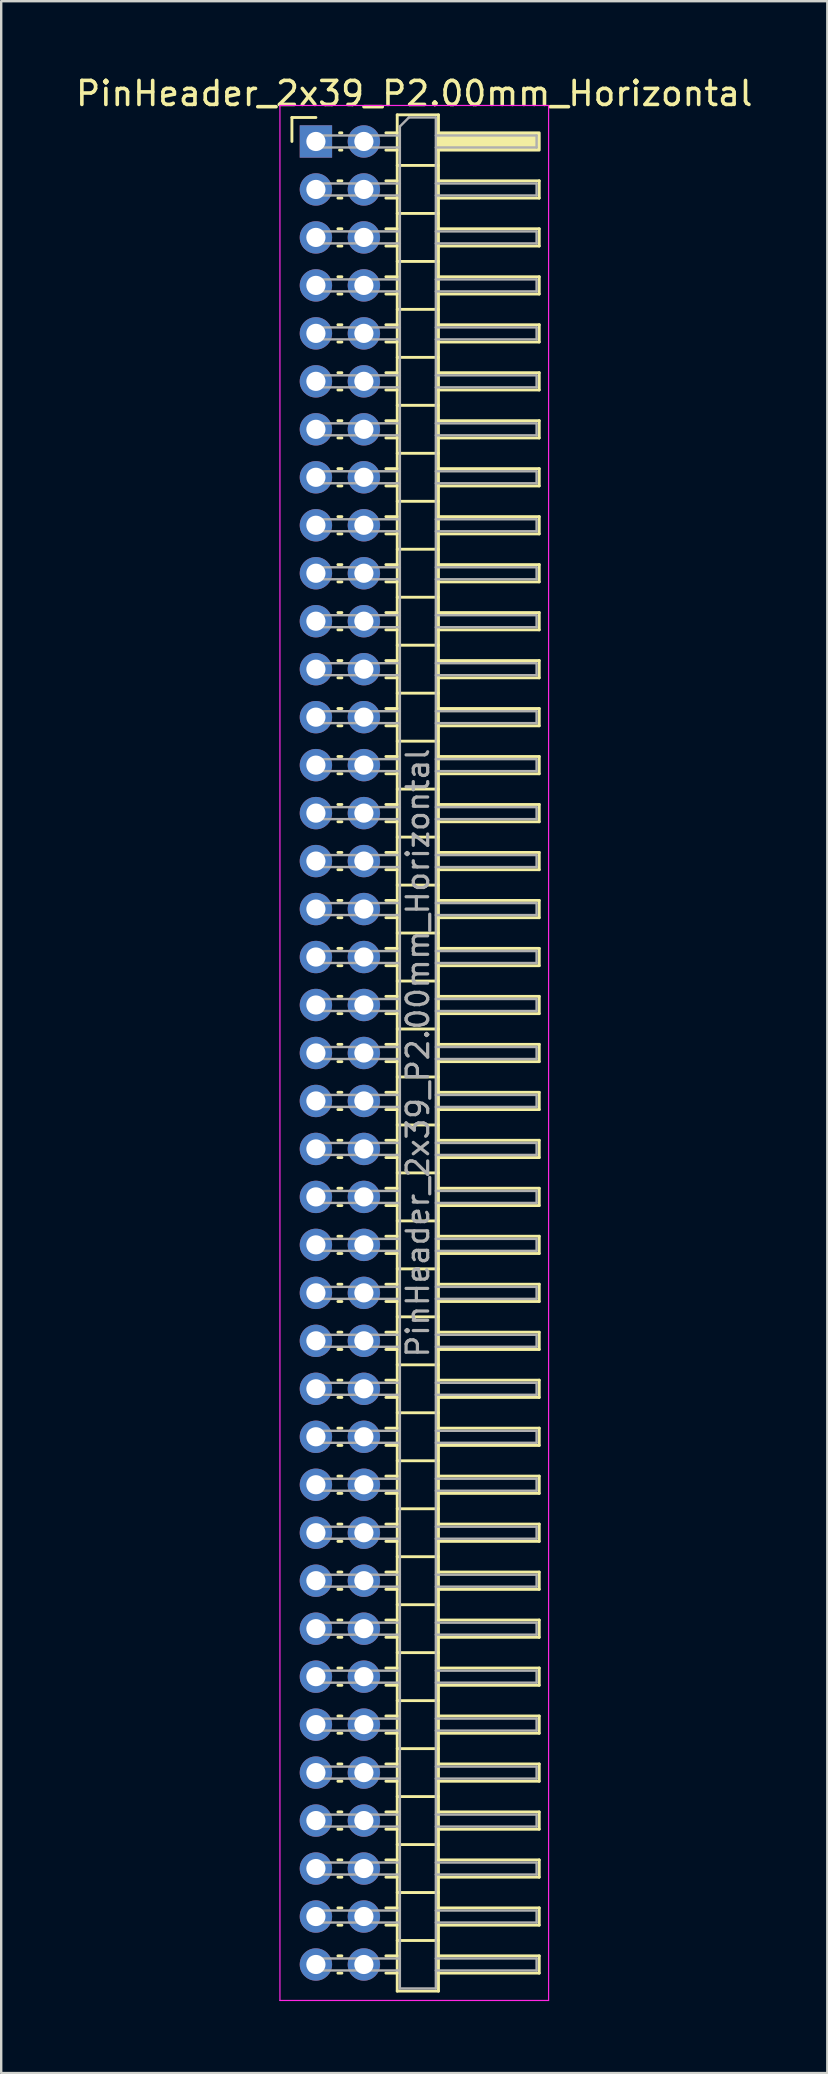
<source format=kicad_pcb>
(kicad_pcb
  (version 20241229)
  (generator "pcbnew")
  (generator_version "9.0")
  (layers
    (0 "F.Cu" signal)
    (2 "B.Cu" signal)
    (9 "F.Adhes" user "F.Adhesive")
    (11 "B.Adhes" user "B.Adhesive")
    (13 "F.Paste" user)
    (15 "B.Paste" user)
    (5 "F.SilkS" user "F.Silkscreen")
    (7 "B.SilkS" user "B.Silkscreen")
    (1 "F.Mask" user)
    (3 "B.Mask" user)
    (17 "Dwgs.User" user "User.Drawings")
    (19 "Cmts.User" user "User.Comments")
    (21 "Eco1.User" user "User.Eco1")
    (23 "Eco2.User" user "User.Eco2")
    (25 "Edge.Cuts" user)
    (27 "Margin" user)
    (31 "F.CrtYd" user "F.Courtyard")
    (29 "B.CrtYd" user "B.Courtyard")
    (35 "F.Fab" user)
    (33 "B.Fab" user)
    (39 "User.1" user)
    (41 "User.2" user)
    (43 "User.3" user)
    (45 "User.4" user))
  (footprint "PinHeader_2x39_P2.00mm_Horizontal"
    (layer "F.Cu")
    (at 10.12 2.848)
    (property "Reference" "PinHeader_2x39_P2.00mm_Horizontal" (at 4.1 -2 0) (layer "F.SilkS") (effects (font (size 1 1) (thickness 0.15))))
    (attr through_hole)
    (fp_line (start -1 -1) (end 0 -1) (stroke (width 0.12) (type solid)) (layer "F.SilkS"))
    (fp_line (start -1 0) (end -1 -1) (stroke (width 0.12) (type solid)) (layer "F.SilkS"))
    (fp_line (start 0.917 1.64) (end 1.083 1.64) (stroke (width 0.12) (type solid)) (layer "F.SilkS"))
    (fp_line (start 0.917 2.36) (end 1.083 2.36) (stroke (width 0.12) (type solid)) (layer "F.SilkS"))
    (fp_line (start 0.917 3.64) (end 1.083 3.64) (stroke (width 0.12) (type solid)) (layer "F.SilkS"))
    (fp_line (start 0.917 4.36) (end 1.083 4.36) (stroke (width 0.12) (type solid)) (layer "F.SilkS"))
    (fp_line (start 0.917 5.64) (end 1.083 5.64) (stroke (width 0.12) (type solid)) (layer "F.SilkS"))
    (fp_line (start 0.917 6.36) (end 1.083 6.36) (stroke (width 0.12) (type solid)) (layer "F.SilkS"))
    (fp_line (start 0.917 7.64) (end 1.083 7.64) (stroke (width 0.12) (type solid)) (layer "F.SilkS"))
    (fp_line (start 0.917 8.36) (end 1.083 8.36) (stroke (width 0.12) (type solid)) (layer "F.SilkS"))
    (fp_line (start 0.917 9.64) (end 1.083 9.64) (stroke (width 0.12) (type solid)) (layer "F.SilkS"))
    (fp_line (start 0.917 10.36) (end 1.083 10.36) (stroke (width 0.12) (type solid)) (layer "F.SilkS"))
    (fp_line (start 0.917 11.64) (end 1.083 11.64) (stroke (width 0.12) (type solid)) (layer "F.SilkS"))
    (fp_line (start 0.917 12.36) (end 1.083 12.36) (stroke (width 0.12) (type solid)) (layer "F.SilkS"))
    (fp_line (start 0.917 13.64) (end 1.083 13.64) (stroke (width 0.12) (type solid)) (layer "F.SilkS"))
    (fp_line (start 0.917 14.36) (end 1.083 14.36) (stroke (width 0.12) (type solid)) (layer "F.SilkS"))
    (fp_line (start 0.917 15.64) (end 1.083 15.64) (stroke (width 0.12) (type solid)) (layer "F.SilkS"))
    (fp_line (start 0.917 16.36) (end 1.083 16.36) (stroke (width 0.12) (type solid)) (layer "F.SilkS"))
    (fp_line (start 0.917 17.64) (end 1.083 17.64) (stroke (width 0.12) (type solid)) (layer "F.SilkS"))
    (fp_line (start 0.917 18.36) (end 1.083 18.36) (stroke (width 0.12) (type solid)) (layer "F.SilkS"))
    (fp_line (start 0.917 19.64) (end 1.083 19.64) (stroke (width 0.12) (type solid)) (layer "F.SilkS"))
    (fp_line (start 0.917 20.36) (end 1.083 20.36) (stroke (width 0.12) (type solid)) (layer "F.SilkS"))
    (fp_line (start 0.917 21.64) (end 1.083 21.64) (stroke (width 0.12) (type solid)) (layer "F.SilkS"))
    (fp_line (start 0.917 22.36) (end 1.083 22.36) (stroke (width 0.12) (type solid)) (layer "F.SilkS"))
    (fp_line (start 0.917 23.64) (end 1.083 23.64) (stroke (width 0.12) (type solid)) (layer "F.SilkS"))
    (fp_line (start 0.917 24.36) (end 1.083 24.36) (stroke (width 0.12) (type solid)) (layer "F.SilkS"))
    (fp_line (start 0.917 25.64) (end 1.083 25.64) (stroke (width 0.12) (type solid)) (layer "F.SilkS"))
    (fp_line (start 0.917 26.36) (end 1.083 26.36) (stroke (width 0.12) (type solid)) (layer "F.SilkS"))
    (fp_line (start 0.917 27.64) (end 1.083 27.64) (stroke (width 0.12) (type solid)) (layer "F.SilkS"))
    (fp_line (start 0.917 28.36) (end 1.083 28.36) (stroke (width 0.12) (type solid)) (layer "F.SilkS"))
    (fp_line (start 0.917 29.64) (end 1.083 29.64) (stroke (width 0.12) (type solid)) (layer "F.SilkS"))
    (fp_line (start 0.917 30.36) (end 1.083 30.36) (stroke (width 0.12) (type solid)) (layer "F.SilkS"))
    (fp_line (start 0.917 31.64) (end 1.083 31.64) (stroke (width 0.12) (type solid)) (layer "F.SilkS"))
    (fp_line (start 0.917 32.36) (end 1.083 32.36) (stroke (width 0.12) (type solid)) (layer "F.SilkS"))
    (fp_line (start 0.917 33.64) (end 1.083 33.64) (stroke (width 0.12) (type solid)) (layer "F.SilkS"))
    (fp_line (start 0.917 34.36) (end 1.083 34.36) (stroke (width 0.12) (type solid)) (layer "F.SilkS"))
    (fp_line (start 0.917 35.64) (end 1.083 35.64) (stroke (width 0.12) (type solid)) (layer "F.SilkS"))
    (fp_line (start 0.917 36.36) (end 1.083 36.36) (stroke (width 0.12) (type solid)) (layer "F.SilkS"))
    (fp_line (start 0.917 37.64) (end 1.083 37.64) (stroke (width 0.12) (type solid)) (layer "F.SilkS"))
    (fp_line (start 0.917 38.36) (end 1.083 38.36) (stroke (width 0.12) (type solid)) (layer "F.SilkS"))
    (fp_line (start 0.917 39.64) (end 1.083 39.64) (stroke (width 0.12) (type solid)) (layer "F.SilkS"))
    (fp_line (start 0.917 40.36) (end 1.083 40.36) (stroke (width 0.12) (type solid)) (layer "F.SilkS"))
    (fp_line (start 0.917 41.64) (end 1.083 41.64) (stroke (width 0.12) (type solid)) (layer "F.SilkS"))
    (fp_line (start 0.917 42.36) (end 1.083 42.36) (stroke (width 0.12) (type solid)) (layer "F.SilkS"))
    (fp_line (start 0.917 43.64) (end 1.083 43.64) (stroke (width 0.12) (type solid)) (layer "F.SilkS"))
    (fp_line (start 0.917 44.36) (end 1.083 44.36) (stroke (width 0.12) (type solid)) (layer "F.SilkS"))
    (fp_line (start 0.917 45.64) (end 1.083 45.64) (stroke (width 0.12) (type solid)) (layer "F.SilkS"))
    (fp_line (start 0.917 46.36) (end 1.083 46.36) (stroke (width 0.12) (type solid)) (layer "F.SilkS"))
    (fp_line (start 0.917 47.64) (end 1.083 47.64) (stroke (width 0.12) (type solid)) (layer "F.SilkS"))
    (fp_line (start 0.917 48.36) (end 1.083 48.36) (stroke (width 0.12) (type solid)) (layer "F.SilkS"))
    (fp_line (start 0.917 49.64) (end 1.083 49.64) (stroke (width 0.12) (type solid)) (layer "F.SilkS"))
    (fp_line (start 0.917 50.36) (end 1.083 50.36) (stroke (width 0.12) (type solid)) (layer "F.SilkS"))
    (fp_line (start 0.917 51.64) (end 1.083 51.64) (stroke (width 0.12) (type solid)) (layer "F.SilkS"))
    (fp_line (start 0.917 52.36) (end 1.083 52.36) (stroke (width 0.12) (type solid)) (layer "F.SilkS"))
    (fp_line (start 0.917 53.64) (end 1.083 53.64) (stroke (width 0.12) (type solid)) (layer "F.SilkS"))
    (fp_line (start 0.917 54.36) (end 1.083 54.36) (stroke (width 0.12) (type solid)) (layer "F.SilkS"))
    (fp_line (start 0.917 55.64) (end 1.083 55.64) (stroke (width 0.12) (type solid)) (layer "F.SilkS"))
    (fp_line (start 0.917 56.36) (end 1.083 56.36) (stroke (width 0.12) (type solid)) (layer "F.SilkS"))
    (fp_line (start 0.917 57.64) (end 1.083 57.64) (stroke (width 0.12) (type solid)) (layer "F.SilkS"))
    (fp_line (start 0.917 58.36) (end 1.083 58.36) (stroke (width 0.12) (type solid)) (layer "F.SilkS"))
    (fp_line (start 0.917 59.64) (end 1.083 59.64) (stroke (width 0.12) (type solid)) (layer "F.SilkS"))
    (fp_line (start 0.917 60.36) (end 1.083 60.36) (stroke (width 0.12) (type solid)) (layer "F.SilkS"))
    (fp_line (start 0.917 61.64) (end 1.083 61.64) (stroke (width 0.12) (type solid)) (layer "F.SilkS"))
    (fp_line (start 0.917 62.36) (end 1.083 62.36) (stroke (width 0.12) (type solid)) (layer "F.SilkS"))
    (fp_line (start 0.917 63.64) (end 1.083 63.64) (stroke (width 0.12) (type solid)) (layer "F.SilkS"))
    (fp_line (start 0.917 64.36) (end 1.083 64.36) (stroke (width 0.12) (type solid)) (layer "F.SilkS"))
    (fp_line (start 0.917 65.64) (end 1.083 65.64) (stroke (width 0.12) (type solid)) (layer "F.SilkS"))
    (fp_line (start 0.917 66.36) (end 1.083 66.36) (stroke (width 0.12) (type solid)) (layer "F.SilkS"))
    (fp_line (start 0.917 67.64) (end 1.083 67.64) (stroke (width 0.12) (type solid)) (layer "F.SilkS"))
    (fp_line (start 0.917 68.36) (end 1.083 68.36) (stroke (width 0.12) (type solid)) (layer "F.SilkS"))
    (fp_line (start 0.917 69.64) (end 1.083 69.64) (stroke (width 0.12) (type solid)) (layer "F.SilkS"))
    (fp_line (start 0.917 70.36) (end 1.083 70.36) (stroke (width 0.12) (type solid)) (layer "F.SilkS"))
    (fp_line (start 0.917 71.64) (end 1.083 71.64) (stroke (width 0.12) (type solid)) (layer "F.SilkS"))
    (fp_line (start 0.917 72.36) (end 1.083 72.36) (stroke (width 0.12) (type solid)) (layer "F.SilkS"))
    (fp_line (start 0.917 73.64) (end 1.083 73.64) (stroke (width 0.12) (type solid)) (layer "F.SilkS"))
    (fp_line (start 0.917 74.36) (end 1.083 74.36) (stroke (width 0.12) (type solid)) (layer "F.SilkS"))
    (fp_line (start 0.917 75.64) (end 1.083 75.64) (stroke (width 0.12) (type solid)) (layer "F.SilkS"))
    (fp_line (start 0.917 76.36) (end 1.083 76.36) (stroke (width 0.12) (type solid)) (layer "F.SilkS"))
    (fp_line (start 0.985 -0.36) (end 1.083 -0.36) (stroke (width 0.12) (type solid)) (layer "F.SilkS"))
    (fp_line (start 0.985 0.36) (end 1.083 0.36) (stroke (width 0.12) (type solid)) (layer "F.SilkS"))
    (fp_line (start 2.917 -0.36) (end 3.39 -0.36) (stroke (width 0.12) (type solid)) (layer "F.SilkS"))
    (fp_line (start 2.917 0.36) (end 3.39 0.36) (stroke (width 0.12) (type solid)) (layer "F.SilkS"))
    (fp_line (start 2.917 1.64) (end 3.39 1.64) (stroke (width 0.12) (type solid)) (layer "F.SilkS"))
    (fp_line (start 2.917 2.36) (end 3.39 2.36) (stroke (width 0.12) (type solid)) (layer "F.SilkS"))
    (fp_line (start 2.917 3.64) (end 3.39 3.64) (stroke (width 0.12) (type solid)) (layer "F.SilkS"))
    (fp_line (start 2.917 4.36) (end 3.39 4.36) (stroke (width 0.12) (type solid)) (layer "F.SilkS"))
    (fp_line (start 2.917 5.64) (end 3.39 5.64) (stroke (width 0.12) (type solid)) (layer "F.SilkS"))
    (fp_line (start 2.917 6.36) (end 3.39 6.36) (stroke (width 0.12) (type solid)) (layer "F.SilkS"))
    (fp_line (start 2.917 7.64) (end 3.39 7.64) (stroke (width 0.12) (type solid)) (layer "F.SilkS"))
    (fp_line (start 2.917 8.36) (end 3.39 8.36) (stroke (width 0.12) (type solid)) (layer "F.SilkS"))
    (fp_line (start 2.917 9.64) (end 3.39 9.64) (stroke (width 0.12) (type solid)) (layer "F.SilkS"))
    (fp_line (start 2.917 10.36) (end 3.39 10.36) (stroke (width 0.12) (type solid)) (layer "F.SilkS"))
    (fp_line (start 2.917 11.64) (end 3.39 11.64) (stroke (width 0.12) (type solid)) (layer "F.SilkS"))
    (fp_line (start 2.917 12.36) (end 3.39 12.36) (stroke (width 0.12) (type solid)) (layer "F.SilkS"))
    (fp_line (start 2.917 13.64) (end 3.39 13.64) (stroke (width 0.12) (type solid)) (layer "F.SilkS"))
    (fp_line (start 2.917 14.36) (end 3.39 14.36) (stroke (width 0.12) (type solid)) (layer "F.SilkS"))
    (fp_line (start 2.917 15.64) (end 3.39 15.64) (stroke (width 0.12) (type solid)) (layer "F.SilkS"))
    (fp_line (start 2.917 16.36) (end 3.39 16.36) (stroke (width 0.12) (type solid)) (layer "F.SilkS"))
    (fp_line (start 2.917 17.64) (end 3.39 17.64) (stroke (width 0.12) (type solid)) (layer "F.SilkS"))
    (fp_line (start 2.917 18.36) (end 3.39 18.36) (stroke (width 0.12) (type solid)) (layer "F.SilkS"))
    (fp_line (start 2.917 19.64) (end 3.39 19.64) (stroke (width 0.12) (type solid)) (layer "F.SilkS"))
    (fp_line (start 2.917 20.36) (end 3.39 20.36) (stroke (width 0.12) (type solid)) (layer "F.SilkS"))
    (fp_line (start 2.917 21.64) (end 3.39 21.64) (stroke (width 0.12) (type solid)) (layer "F.SilkS"))
    (fp_line (start 2.917 22.36) (end 3.39 22.36) (stroke (width 0.12) (type solid)) (layer "F.SilkS"))
    (fp_line (start 2.917 23.64) (end 3.39 23.64) (stroke (width 0.12) (type solid)) (layer "F.SilkS"))
    (fp_line (start 2.917 24.36) (end 3.39 24.36) (stroke (width 0.12) (type solid)) (layer "F.SilkS"))
    (fp_line (start 2.917 25.64) (end 3.39 25.64) (stroke (width 0.12) (type solid)) (layer "F.SilkS"))
    (fp_line (start 2.917 26.36) (end 3.39 26.36) (stroke (width 0.12) (type solid)) (layer "F.SilkS"))
    (fp_line (start 2.917 27.64) (end 3.39 27.64) (stroke (width 0.12) (type solid)) (layer "F.SilkS"))
    (fp_line (start 2.917 28.36) (end 3.39 28.36) (stroke (width 0.12) (type solid)) (layer "F.SilkS"))
    (fp_line (start 2.917 29.64) (end 3.39 29.64) (stroke (width 0.12) (type solid)) (layer "F.SilkS"))
    (fp_line (start 2.917 30.36) (end 3.39 30.36) (stroke (width 0.12) (type solid)) (layer "F.SilkS"))
    (fp_line (start 2.917 31.64) (end 3.39 31.64) (stroke (width 0.12) (type solid)) (layer "F.SilkS"))
    (fp_line (start 2.917 32.36) (end 3.39 32.36) (stroke (width 0.12) (type solid)) (layer "F.SilkS"))
    (fp_line (start 2.917 33.64) (end 3.39 33.64) (stroke (width 0.12) (type solid)) (layer "F.SilkS"))
    (fp_line (start 2.917 34.36) (end 3.39 34.36) (stroke (width 0.12) (type solid)) (layer "F.SilkS"))
    (fp_line (start 2.917 35.64) (end 3.39 35.64) (stroke (width 0.12) (type solid)) (layer "F.SilkS"))
    (fp_line (start 2.917 36.36) (end 3.39 36.36) (stroke (width 0.12) (type solid)) (layer "F.SilkS"))
    (fp_line (start 2.917 37.64) (end 3.39 37.64) (stroke (width 0.12) (type solid)) (layer "F.SilkS"))
    (fp_line (start 2.917 38.36) (end 3.39 38.36) (stroke (width 0.12) (type solid)) (layer "F.SilkS"))
    (fp_line (start 2.917 39.64) (end 3.39 39.64) (stroke (width 0.12) (type solid)) (layer "F.SilkS"))
    (fp_line (start 2.917 40.36) (end 3.39 40.36) (stroke (width 0.12) (type solid)) (layer "F.SilkS"))
    (fp_line (start 2.917 41.64) (end 3.39 41.64) (stroke (width 0.12) (type solid)) (layer "F.SilkS"))
    (fp_line (start 2.917 42.36) (end 3.39 42.36) (stroke (width 0.12) (type solid)) (layer "F.SilkS"))
    (fp_line (start 2.917 43.64) (end 3.39 43.64) (stroke (width 0.12) (type solid)) (layer "F.SilkS"))
    (fp_line (start 2.917 44.36) (end 3.39 44.36) (stroke (width 0.12) (type solid)) (layer "F.SilkS"))
    (fp_line (start 2.917 45.64) (end 3.39 45.64) (stroke (width 0.12) (type solid)) (layer "F.SilkS"))
    (fp_line (start 2.917 46.36) (end 3.39 46.36) (stroke (width 0.12) (type solid)) (layer "F.SilkS"))
    (fp_line (start 2.917 47.64) (end 3.39 47.64) (stroke (width 0.12) (type solid)) (layer "F.SilkS"))
    (fp_line (start 2.917 48.36) (end 3.39 48.36) (stroke (width 0.12) (type solid)) (layer "F.SilkS"))
    (fp_line (start 2.917 49.64) (end 3.39 49.64) (stroke (width 0.12) (type solid)) (layer "F.SilkS"))
    (fp_line (start 2.917 50.36) (end 3.39 50.36) (stroke (width 0.12) (type solid)) (layer "F.SilkS"))
    (fp_line (start 2.917 51.64) (end 3.39 51.64) (stroke (width 0.12) (type solid)) (layer "F.SilkS"))
    (fp_line (start 2.917 52.36) (end 3.39 52.36) (stroke (width 0.12) (type solid)) (layer "F.SilkS"))
    (fp_line (start 2.917 53.64) (end 3.39 53.64) (stroke (width 0.12) (type solid)) (layer "F.SilkS"))
    (fp_line (start 2.917 54.36) (end 3.39 54.36) (stroke (width 0.12) (type solid)) (layer "F.SilkS"))
    (fp_line (start 2.917 55.64) (end 3.39 55.64) (stroke (width 0.12) (type solid)) (layer "F.SilkS"))
    (fp_line (start 2.917 56.36) (end 3.39 56.36) (stroke (width 0.12) (type solid)) (layer "F.SilkS"))
    (fp_line (start 2.917 57.64) (end 3.39 57.64) (stroke (width 0.12) (type solid)) (layer "F.SilkS"))
    (fp_line (start 2.917 58.36) (end 3.39 58.36) (stroke (width 0.12) (type solid)) (layer "F.SilkS"))
    (fp_line (start 2.917 59.64) (end 3.39 59.64) (stroke (width 0.12) (type solid)) (layer "F.SilkS"))
    (fp_line (start 2.917 60.36) (end 3.39 60.36) (stroke (width 0.12) (type solid)) (layer "F.SilkS"))
    (fp_line (start 2.917 61.64) (end 3.39 61.64) (stroke (width 0.12) (type solid)) (layer "F.SilkS"))
    (fp_line (start 2.917 62.36) (end 3.39 62.36) (stroke (width 0.12) (type solid)) (layer "F.SilkS"))
    (fp_line (start 2.917 63.64) (end 3.39 63.64) (stroke (width 0.12) (type solid)) (layer "F.SilkS"))
    (fp_line (start 2.917 64.36) (end 3.39 64.36) (stroke (width 0.12) (type solid)) (layer "F.SilkS"))
    (fp_line (start 2.917 65.64) (end 3.39 65.64) (stroke (width 0.12) (type solid)) (layer "F.SilkS"))
    (fp_line (start 2.917 66.36) (end 3.39 66.36) (stroke (width 0.12) (type solid)) (layer "F.SilkS"))
    (fp_line (start 2.917 67.64) (end 3.39 67.64) (stroke (width 0.12) (type solid)) (layer "F.SilkS"))
    (fp_line (start 2.917 68.36) (end 3.39 68.36) (stroke (width 0.12) (type solid)) (layer "F.SilkS"))
    (fp_line (start 2.917 69.64) (end 3.39 69.64) (stroke (width 0.12) (type solid)) (layer "F.SilkS"))
    (fp_line (start 2.917 70.36) (end 3.39 70.36) (stroke (width 0.12) (type solid)) (layer "F.SilkS"))
    (fp_line (start 2.917 71.64) (end 3.39 71.64) (stroke (width 0.12) (type solid)) (layer "F.SilkS"))
    (fp_line (start 2.917 72.36) (end 3.39 72.36) (stroke (width 0.12) (type solid)) (layer "F.SilkS"))
    (fp_line (start 2.917 73.64) (end 3.39 73.64) (stroke (width 0.12) (type solid)) (layer "F.SilkS"))
    (fp_line (start 2.917 74.36) (end 3.39 74.36) (stroke (width 0.12) (type solid)) (layer "F.SilkS"))
    (fp_line (start 2.917 75.64) (end 3.39 75.64) (stroke (width 0.12) (type solid)) (layer "F.SilkS"))
    (fp_line (start 2.917 76.36) (end 3.39 76.36) (stroke (width 0.12) (type solid)) (layer "F.SilkS"))
    (fp_line (start 3.39 -1.11) (end 3.39 77.11) (stroke (width 0.12) (type solid)) (layer "F.SilkS"))
    (fp_line (start 3.39 1) (end 5.11 1) (stroke (width 0.12) (type solid)) (layer "F.SilkS"))
    (fp_line (start 3.39 3) (end 5.11 3) (stroke (width 0.12) (type solid)) (layer "F.SilkS"))
    (fp_line (start 3.39 5) (end 5.11 5) (stroke (width 0.12) (type solid)) (layer "F.SilkS"))
    (fp_line (start 3.39 7) (end 5.11 7) (stroke (width 0.12) (type solid)) (layer "F.SilkS"))
    (fp_line (start 3.39 9) (end 5.11 9) (stroke (width 0.12) (type solid)) (layer "F.SilkS"))
    (fp_line (start 3.39 11) (end 5.11 11) (stroke (width 0.12) (type solid)) (layer "F.SilkS"))
    (fp_line (start 3.39 13) (end 5.11 13) (stroke (width 0.12) (type solid)) (layer "F.SilkS"))
    (fp_line (start 3.39 15) (end 5.11 15) (stroke (width 0.12) (type solid)) (layer "F.SilkS"))
    (fp_line (start 3.39 17) (end 5.11 17) (stroke (width 0.12) (type solid)) (layer "F.SilkS"))
    (fp_line (start 3.39 19) (end 5.11 19) (stroke (width 0.12) (type solid)) (layer "F.SilkS"))
    (fp_line (start 3.39 21) (end 5.11 21) (stroke (width 0.12) (type solid)) (layer "F.SilkS"))
    (fp_line (start 3.39 23) (end 5.11 23) (stroke (width 0.12) (type solid)) (layer "F.SilkS"))
    (fp_line (start 3.39 25) (end 5.11 25) (stroke (width 0.12) (type solid)) (layer "F.SilkS"))
    (fp_line (start 3.39 27) (end 5.11 27) (stroke (width 0.12) (type solid)) (layer "F.SilkS"))
    (fp_line (start 3.39 29) (end 5.11 29) (stroke (width 0.12) (type solid)) (layer "F.SilkS"))
    (fp_line (start 3.39 31) (end 5.11 31) (stroke (width 0.12) (type solid)) (layer "F.SilkS"))
    (fp_line (start 3.39 33) (end 5.11 33) (stroke (width 0.12) (type solid)) (layer "F.SilkS"))
    (fp_line (start 3.39 35) (end 5.11 35) (stroke (width 0.12) (type solid)) (layer "F.SilkS"))
    (fp_line (start 3.39 37) (end 5.11 37) (stroke (width 0.12) (type solid)) (layer "F.SilkS"))
    (fp_line (start 3.39 39) (end 5.11 39) (stroke (width 0.12) (type solid)) (layer "F.SilkS"))
    (fp_line (start 3.39 41) (end 5.11 41) (stroke (width 0.12) (type solid)) (layer "F.SilkS"))
    (fp_line (start 3.39 43) (end 5.11 43) (stroke (width 0.12) (type solid)) (layer "F.SilkS"))
    (fp_line (start 3.39 45) (end 5.11 45) (stroke (width 0.12) (type solid)) (layer "F.SilkS"))
    (fp_line (start 3.39 47) (end 5.11 47) (stroke (width 0.12) (type solid)) (layer "F.SilkS"))
    (fp_line (start 3.39 49) (end 5.11 49) (stroke (width 0.12) (type solid)) (layer "F.SilkS"))
    (fp_line (start 3.39 51) (end 5.11 51) (stroke (width 0.12) (type solid)) (layer "F.SilkS"))
    (fp_line (start 3.39 53) (end 5.11 53) (stroke (width 0.12) (type solid)) (layer "F.SilkS"))
    (fp_line (start 3.39 55) (end 5.11 55) (stroke (width 0.12) (type solid)) (layer "F.SilkS"))
    (fp_line (start 3.39 57) (end 5.11 57) (stroke (width 0.12) (type solid)) (layer "F.SilkS"))
    (fp_line (start 3.39 59) (end 5.11 59) (stroke (width 0.12) (type solid)) (layer "F.SilkS"))
    (fp_line (start 3.39 61) (end 5.11 61) (stroke (width 0.12) (type solid)) (layer "F.SilkS"))
    (fp_line (start 3.39 63) (end 5.11 63) (stroke (width 0.12) (type solid)) (layer "F.SilkS"))
    (fp_line (start 3.39 65) (end 5.11 65) (stroke (width 0.12) (type solid)) (layer "F.SilkS"))
    (fp_line (start 3.39 67) (end 5.11 67) (stroke (width 0.12) (type solid)) (layer "F.SilkS"))
    (fp_line (start 3.39 69) (end 5.11 69) (stroke (width 0.12) (type solid)) (layer "F.SilkS"))
    (fp_line (start 3.39 71) (end 5.11 71) (stroke (width 0.12) (type solid)) (layer "F.SilkS"))
    (fp_line (start 3.39 73) (end 5.11 73) (stroke (width 0.12) (type solid)) (layer "F.SilkS"))
    (fp_line (start 3.39 75) (end 5.11 75) (stroke (width 0.12) (type solid)) (layer "F.SilkS"))
    (fp_line (start 3.39 77.11) (end 5.11 77.11) (stroke (width 0.12) (type solid)) (layer "F.SilkS"))
    (fp_line (start 5.11 -1.11) (end 3.39 -1.11) (stroke (width 0.12) (type solid)) (layer "F.SilkS"))
    (fp_line (start 5.11 1.64) (end 9.31 1.64) (stroke (width 0.12) (type solid)) (layer "F.SilkS"))
    (fp_line (start 5.11 3.64) (end 9.31 3.64) (stroke (width 0.12) (type solid)) (layer "F.SilkS"))
    (fp_line (start 5.11 5.64) (end 9.31 5.64) (stroke (width 0.12) (type solid)) (layer "F.SilkS"))
    (fp_line (start 5.11 7.64) (end 9.31 7.64) (stroke (width 0.12) (type solid)) (layer "F.SilkS"))
    (fp_line (start 5.11 9.64) (end 9.31 9.64) (stroke (width 0.12) (type solid)) (layer "F.SilkS"))
    (fp_line (start 5.11 11.64) (end 9.31 11.64) (stroke (width 0.12) (type solid)) (layer "F.SilkS"))
    (fp_line (start 5.11 13.64) (end 9.31 13.64) (stroke (width 0.12) (type solid)) (layer "F.SilkS"))
    (fp_line (start 5.11 15.64) (end 9.31 15.64) (stroke (width 0.12) (type solid)) (layer "F.SilkS"))
    (fp_line (start 5.11 17.64) (end 9.31 17.64) (stroke (width 0.12) (type solid)) (layer "F.SilkS"))
    (fp_line (start 5.11 19.64) (end 9.31 19.64) (stroke (width 0.12) (type solid)) (layer "F.SilkS"))
    (fp_line (start 5.11 21.64) (end 9.31 21.64) (stroke (width 0.12) (type solid)) (layer "F.SilkS"))
    (fp_line (start 5.11 23.64) (end 9.31 23.64) (stroke (width 0.12) (type solid)) (layer "F.SilkS"))
    (fp_line (start 5.11 25.64) (end 9.31 25.64) (stroke (width 0.12) (type solid)) (layer "F.SilkS"))
    (fp_line (start 5.11 27.64) (end 9.31 27.64) (stroke (width 0.12) (type solid)) (layer "F.SilkS"))
    (fp_line (start 5.11 29.64) (end 9.31 29.64) (stroke (width 0.12) (type solid)) (layer "F.SilkS"))
    (fp_line (start 5.11 31.64) (end 9.31 31.64) (stroke (width 0.12) (type solid)) (layer "F.SilkS"))
    (fp_line (start 5.11 33.64) (end 9.31 33.64) (stroke (width 0.12) (type solid)) (layer "F.SilkS"))
    (fp_line (start 5.11 35.64) (end 9.31 35.64) (stroke (width 0.12) (type solid)) (layer "F.SilkS"))
    (fp_line (start 5.11 37.64) (end 9.31 37.64) (stroke (width 0.12) (type solid)) (layer "F.SilkS"))
    (fp_line (start 5.11 39.64) (end 9.31 39.64) (stroke (width 0.12) (type solid)) (layer "F.SilkS"))
    (fp_line (start 5.11 41.64) (end 9.31 41.64) (stroke (width 0.12) (type solid)) (layer "F.SilkS"))
    (fp_line (start 5.11 43.64) (end 9.31 43.64) (stroke (width 0.12) (type solid)) (layer "F.SilkS"))
    (fp_line (start 5.11 45.64) (end 9.31 45.64) (stroke (width 0.12) (type solid)) (layer "F.SilkS"))
    (fp_line (start 5.11 47.64) (end 9.31 47.64) (stroke (width 0.12) (type solid)) (layer "F.SilkS"))
    (fp_line (start 5.11 49.64) (end 9.31 49.64) (stroke (width 0.12) (type solid)) (layer "F.SilkS"))
    (fp_line (start 5.11 51.64) (end 9.31 51.64) (stroke (width 0.12) (type solid)) (layer "F.SilkS"))
    (fp_line (start 5.11 53.64) (end 9.31 53.64) (stroke (width 0.12) (type solid)) (layer "F.SilkS"))
    (fp_line (start 5.11 55.64) (end 9.31 55.64) (stroke (width 0.12) (type solid)) (layer "F.SilkS"))
    (fp_line (start 5.11 57.64) (end 9.31 57.64) (stroke (width 0.12) (type solid)) (layer "F.SilkS"))
    (fp_line (start 5.11 59.64) (end 9.31 59.64) (stroke (width 0.12) (type solid)) (layer "F.SilkS"))
    (fp_line (start 5.11 61.64) (end 9.31 61.64) (stroke (width 0.12) (type solid)) (layer "F.SilkS"))
    (fp_line (start 5.11 63.64) (end 9.31 63.64) (stroke (width 0.12) (type solid)) (layer "F.SilkS"))
    (fp_line (start 5.11 65.64) (end 9.31 65.64) (stroke (width 0.12) (type solid)) (layer "F.SilkS"))
    (fp_line (start 5.11 67.64) (end 9.31 67.64) (stroke (width 0.12) (type solid)) (layer "F.SilkS"))
    (fp_line (start 5.11 69.64) (end 9.31 69.64) (stroke (width 0.12) (type solid)) (layer "F.SilkS"))
    (fp_line (start 5.11 71.64) (end 9.31 71.64) (stroke (width 0.12) (type solid)) (layer "F.SilkS"))
    (fp_line (start 5.11 73.64) (end 9.31 73.64) (stroke (width 0.12) (type solid)) (layer "F.SilkS"))
    (fp_line (start 5.11 75.64) (end 9.31 75.64) (stroke (width 0.12) (type solid)) (layer "F.SilkS"))
    (fp_line (start 5.11 77.11) (end 5.11 -1.11) (stroke (width 0.12) (type solid)) (layer "F.SilkS"))
    (fp_line (start 9.31 1.64) (end 9.31 2.36) (stroke (width 0.12) (type solid)) (layer "F.SilkS"))
    (fp_line (start 9.31 2.36) (end 5.11 2.36) (stroke (width 0.12) (type solid)) (layer "F.SilkS"))
    (fp_line (start 9.31 3.64) (end 9.31 4.36) (stroke (width 0.12) (type solid)) (layer "F.SilkS"))
    (fp_line (start 9.31 4.36) (end 5.11 4.36) (stroke (width 0.12) (type solid)) (layer "F.SilkS"))
    (fp_line (start 9.31 5.64) (end 9.31 6.36) (stroke (width 0.12) (type solid)) (layer "F.SilkS"))
    (fp_line (start 9.31 6.36) (end 5.11 6.36) (stroke (width 0.12) (type solid)) (layer "F.SilkS"))
    (fp_line (start 9.31 7.64) (end 9.31 8.36) (stroke (width 0.12) (type solid)) (layer "F.SilkS"))
    (fp_line (start 9.31 8.36) (end 5.11 8.36) (stroke (width 0.12) (type solid)) (layer "F.SilkS"))
    (fp_line (start 9.31 9.64) (end 9.31 10.36) (stroke (width 0.12) (type solid)) (layer "F.SilkS"))
    (fp_line (start 9.31 10.36) (end 5.11 10.36) (stroke (width 0.12) (type solid)) (layer "F.SilkS"))
    (fp_line (start 9.31 11.64) (end 9.31 12.36) (stroke (width 0.12) (type solid)) (layer "F.SilkS"))
    (fp_line (start 9.31 12.36) (end 5.11 12.36) (stroke (width 0.12) (type solid)) (layer "F.SilkS"))
    (fp_line (start 9.31 13.64) (end 9.31 14.36) (stroke (width 0.12) (type solid)) (layer "F.SilkS"))
    (fp_line (start 9.31 14.36) (end 5.11 14.36) (stroke (width 0.12) (type solid)) (layer "F.SilkS"))
    (fp_line (start 9.31 15.64) (end 9.31 16.36) (stroke (width 0.12) (type solid)) (layer "F.SilkS"))
    (fp_line (start 9.31 16.36) (end 5.11 16.36) (stroke (width 0.12) (type solid)) (layer "F.SilkS"))
    (fp_line (start 9.31 17.64) (end 9.31 18.36) (stroke (width 0.12) (type solid)) (layer "F.SilkS"))
    (fp_line (start 9.31 18.36) (end 5.11 18.36) (stroke (width 0.12) (type solid)) (layer "F.SilkS"))
    (fp_line (start 9.31 19.64) (end 9.31 20.36) (stroke (width 0.12) (type solid)) (layer "F.SilkS"))
    (fp_line (start 9.31 20.36) (end 5.11 20.36) (stroke (width 0.12) (type solid)) (layer "F.SilkS"))
    (fp_line (start 9.31 21.64) (end 9.31 22.36) (stroke (width 0.12) (type solid)) (layer "F.SilkS"))
    (fp_line (start 9.31 22.36) (end 5.11 22.36) (stroke (width 0.12) (type solid)) (layer "F.SilkS"))
    (fp_line (start 9.31 23.64) (end 9.31 24.36) (stroke (width 0.12) (type solid)) (layer "F.SilkS"))
    (fp_line (start 9.31 24.36) (end 5.11 24.36) (stroke (width 0.12) (type solid)) (layer "F.SilkS"))
    (fp_line (start 9.31 25.64) (end 9.31 26.36) (stroke (width 0.12) (type solid)) (layer "F.SilkS"))
    (fp_line (start 9.31 26.36) (end 5.11 26.36) (stroke (width 0.12) (type solid)) (layer "F.SilkS"))
    (fp_line (start 9.31 27.64) (end 9.31 28.36) (stroke (width 0.12) (type solid)) (layer "F.SilkS"))
    (fp_line (start 9.31 28.36) (end 5.11 28.36) (stroke (width 0.12) (type solid)) (layer "F.SilkS"))
    (fp_line (start 9.31 29.64) (end 9.31 30.36) (stroke (width 0.12) (type solid)) (layer "F.SilkS"))
    (fp_line (start 9.31 30.36) (end 5.11 30.36) (stroke (width 0.12) (type solid)) (layer "F.SilkS"))
    (fp_line (start 9.31 31.64) (end 9.31 32.36) (stroke (width 0.12) (type solid)) (layer "F.SilkS"))
    (fp_line (start 9.31 32.36) (end 5.11 32.36) (stroke (width 0.12) (type solid)) (layer "F.SilkS"))
    (fp_line (start 9.31 33.64) (end 9.31 34.36) (stroke (width 0.12) (type solid)) (layer "F.SilkS"))
    (fp_line (start 9.31 34.36) (end 5.11 34.36) (stroke (width 0.12) (type solid)) (layer "F.SilkS"))
    (fp_line (start 9.31 35.64) (end 9.31 36.36) (stroke (width 0.12) (type solid)) (layer "F.SilkS"))
    (fp_line (start 9.31 36.36) (end 5.11 36.36) (stroke (width 0.12) (type solid)) (layer "F.SilkS"))
    (fp_line (start 9.31 37.64) (end 9.31 38.36) (stroke (width 0.12) (type solid)) (layer "F.SilkS"))
    (fp_line (start 9.31 38.36) (end 5.11 38.36) (stroke (width 0.12) (type solid)) (layer "F.SilkS"))
    (fp_line (start 9.31 39.64) (end 9.31 40.36) (stroke (width 0.12) (type solid)) (layer "F.SilkS"))
    (fp_line (start 9.31 40.36) (end 5.11 40.36) (stroke (width 0.12) (type solid)) (layer "F.SilkS"))
    (fp_line (start 9.31 41.64) (end 9.31 42.36) (stroke (width 0.12) (type solid)) (layer "F.SilkS"))
    (fp_line (start 9.31 42.36) (end 5.11 42.36) (stroke (width 0.12) (type solid)) (layer "F.SilkS"))
    (fp_line (start 9.31 43.64) (end 9.31 44.36) (stroke (width 0.12) (type solid)) (layer "F.SilkS"))
    (fp_line (start 9.31 44.36) (end 5.11 44.36) (stroke (width 0.12) (type solid)) (layer "F.SilkS"))
    (fp_line (start 9.31 45.64) (end 9.31 46.36) (stroke (width 0.12) (type solid)) (layer "F.SilkS"))
    (fp_line (start 9.31 46.36) (end 5.11 46.36) (stroke (width 0.12) (type solid)) (layer "F.SilkS"))
    (fp_line (start 9.31 47.64) (end 9.31 48.36) (stroke (width 0.12) (type solid)) (layer "F.SilkS"))
    (fp_line (start 9.31 48.36) (end 5.11 48.36) (stroke (width 0.12) (type solid)) (layer "F.SilkS"))
    (fp_line (start 9.31 49.64) (end 9.31 50.36) (stroke (width 0.12) (type solid)) (layer "F.SilkS"))
    (fp_line (start 9.31 50.36) (end 5.11 50.36) (stroke (width 0.12) (type solid)) (layer "F.SilkS"))
    (fp_line (start 9.31 51.64) (end 9.31 52.36) (stroke (width 0.12) (type solid)) (layer "F.SilkS"))
    (fp_line (start 9.31 52.36) (end 5.11 52.36) (stroke (width 0.12) (type solid)) (layer "F.SilkS"))
    (fp_line (start 9.31 53.64) (end 9.31 54.36) (stroke (width 0.12) (type solid)) (layer "F.SilkS"))
    (fp_line (start 9.31 54.36) (end 5.11 54.36) (stroke (width 0.12) (type solid)) (layer "F.SilkS"))
    (fp_line (start 9.31 55.64) (end 9.31 56.36) (stroke (width 0.12) (type solid)) (layer "F.SilkS"))
    (fp_line (start 9.31 56.36) (end 5.11 56.36) (stroke (width 0.12) (type solid)) (layer "F.SilkS"))
    (fp_line (start 9.31 57.64) (end 9.31 58.36) (stroke (width 0.12) (type solid)) (layer "F.SilkS"))
    (fp_line (start 9.31 58.36) (end 5.11 58.36) (stroke (width 0.12) (type solid)) (layer "F.SilkS"))
    (fp_line (start 9.31 59.64) (end 9.31 60.36) (stroke (width 0.12) (type solid)) (layer "F.SilkS"))
    (fp_line (start 9.31 60.36) (end 5.11 60.36) (stroke (width 0.12) (type solid)) (layer "F.SilkS"))
    (fp_line (start 9.31 61.64) (end 9.31 62.36) (stroke (width 0.12) (type solid)) (layer "F.SilkS"))
    (fp_line (start 9.31 62.36) (end 5.11 62.36) (stroke (width 0.12) (type solid)) (layer "F.SilkS"))
    (fp_line (start 9.31 63.64) (end 9.31 64.36) (stroke (width 0.12) (type solid)) (layer "F.SilkS"))
    (fp_line (start 9.31 64.36) (end 5.11 64.36) (stroke (width 0.12) (type solid)) (layer "F.SilkS"))
    (fp_line (start 9.31 65.64) (end 9.31 66.36) (stroke (width 0.12) (type solid)) (layer "F.SilkS"))
    (fp_line (start 9.31 66.36) (end 5.11 66.36) (stroke (width 0.12) (type solid)) (layer "F.SilkS"))
    (fp_line (start 9.31 67.64) (end 9.31 68.36) (stroke (width 0.12) (type solid)) (layer "F.SilkS"))
    (fp_line (start 9.31 68.36) (end 5.11 68.36) (stroke (width 0.12) (type solid)) (layer "F.SilkS"))
    (fp_line (start 9.31 69.64) (end 9.31 70.36) (stroke (width 0.12) (type solid)) (layer "F.SilkS"))
    (fp_line (start 9.31 70.36) (end 5.11 70.36) (stroke (width 0.12) (type solid)) (layer "F.SilkS"))
    (fp_line (start 9.31 71.64) (end 9.31 72.36) (stroke (width 0.12) (type solid)) (layer "F.SilkS"))
    (fp_line (start 9.31 72.36) (end 5.11 72.36) (stroke (width 0.12) (type solid)) (layer "F.SilkS"))
    (fp_line (start 9.31 73.64) (end 9.31 74.36) (stroke (width 0.12) (type solid)) (layer "F.SilkS"))
    (fp_line (start 9.31 74.36) (end 5.11 74.36) (stroke (width 0.12) (type solid)) (layer "F.SilkS"))
    (fp_line (start 9.31 75.64) (end 9.31 76.36) (stroke (width 0.12) (type solid)) (layer "F.SilkS"))
    (fp_line (start 9.31 76.36) (end 5.11 76.36) (stroke (width 0.12) (type solid)) (layer "F.SilkS"))
    (fp_rect (start 5.11 -0.36) (end 9.31 0.36) (stroke (width 0.12) (type solid)) (fill yes) (layer "F.SilkS"))
    (fp_line (start -1.5 -1.5) (end -1.5 77.5) (stroke (width 0.05) (type solid)) (layer "F.CrtYd"))
    (fp_line (start -1.5 77.5) (end 9.7 77.5) (stroke (width 0.05) (type solid)) (layer "F.CrtYd"))
    (fp_line (start 9.7 -1.5) (end -1.5 -1.5) (stroke (width 0.05) (type solid)) (layer "F.CrtYd"))
    (fp_line (start 9.7 77.5) (end 9.7 -1.5) (stroke (width 0.05) (type solid)) (layer "F.CrtYd"))
    (fp_line (start -0.25 -0.25) (end -0.25 0.25) (stroke (width 0.1) (type solid)) (layer "F.Fab"))
    (fp_line (start -0.25 -0.25) (end 3.5 -0.25) (stroke (width 0.1) (type solid)) (layer "F.Fab"))
    (fp_line (start -0.25 0.25) (end 3.5 0.25) (stroke (width 0.1) (type solid)) (layer "F.Fab"))
    (fp_line (start -0.25 1.75) (end -0.25 2.25) (stroke (width 0.1) (type solid)) (layer "F.Fab"))
    (fp_line (start -0.25 1.75) (end 3.5 1.75) (stroke (width 0.1) (type solid)) (layer "F.Fab"))
    (fp_line (start -0.25 2.25) (end 3.5 2.25) (stroke (width 0.1) (type solid)) (layer "F.Fab"))
    (fp_line (start -0.25 3.75) (end -0.25 4.25) (stroke (width 0.1) (type solid)) (layer "F.Fab"))
    (fp_line (start -0.25 3.75) (end 3.5 3.75) (stroke (width 0.1) (type solid)) (layer "F.Fab"))
    (fp_line (start -0.25 4.25) (end 3.5 4.25) (stroke (width 0.1) (type solid)) (layer "F.Fab"))
    (fp_line (start -0.25 5.75) (end -0.25 6.25) (stroke (width 0.1) (type solid)) (layer "F.Fab"))
    (fp_line (start -0.25 5.75) (end 3.5 5.75) (stroke (width 0.1) (type solid)) (layer "F.Fab"))
    (fp_line (start -0.25 6.25) (end 3.5 6.25) (stroke (width 0.1) (type solid)) (layer "F.Fab"))
    (fp_line (start -0.25 7.75) (end -0.25 8.25) (stroke (width 0.1) (type solid)) (layer "F.Fab"))
    (fp_line (start -0.25 7.75) (end 3.5 7.75) (stroke (width 0.1) (type solid)) (layer "F.Fab"))
    (fp_line (start -0.25 8.25) (end 3.5 8.25) (stroke (width 0.1) (type solid)) (layer "F.Fab"))
    (fp_line (start -0.25 9.75) (end -0.25 10.25) (stroke (width 0.1) (type solid)) (layer "F.Fab"))
    (fp_line (start -0.25 9.75) (end 3.5 9.75) (stroke (width 0.1) (type solid)) (layer "F.Fab"))
    (fp_line (start -0.25 10.25) (end 3.5 10.25) (stroke (width 0.1) (type solid)) (layer "F.Fab"))
    (fp_line (start -0.25 11.75) (end -0.25 12.25) (stroke (width 0.1) (type solid)) (layer "F.Fab"))
    (fp_line (start -0.25 11.75) (end 3.5 11.75) (stroke (width 0.1) (type solid)) (layer "F.Fab"))
    (fp_line (start -0.25 12.25) (end 3.5 12.25) (stroke (width 0.1) (type solid)) (layer "F.Fab"))
    (fp_line (start -0.25 13.75) (end -0.25 14.25) (stroke (width 0.1) (type solid)) (layer "F.Fab"))
    (fp_line (start -0.25 13.75) (end 3.5 13.75) (stroke (width 0.1) (type solid)) (layer "F.Fab"))
    (fp_line (start -0.25 14.25) (end 3.5 14.25) (stroke (width 0.1) (type solid)) (layer "F.Fab"))
    (fp_line (start -0.25 15.75) (end -0.25 16.25) (stroke (width 0.1) (type solid)) (layer "F.Fab"))
    (fp_line (start -0.25 15.75) (end 3.5 15.75) (stroke (width 0.1) (type solid)) (layer "F.Fab"))
    (fp_line (start -0.25 16.25) (end 3.5 16.25) (stroke (width 0.1) (type solid)) (layer "F.Fab"))
    (fp_line (start -0.25 17.75) (end -0.25 18.25) (stroke (width 0.1) (type solid)) (layer "F.Fab"))
    (fp_line (start -0.25 17.75) (end 3.5 17.75) (stroke (width 0.1) (type solid)) (layer "F.Fab"))
    (fp_line (start -0.25 18.25) (end 3.5 18.25) (stroke (width 0.1) (type solid)) (layer "F.Fab"))
    (fp_line (start -0.25 19.75) (end -0.25 20.25) (stroke (width 0.1) (type solid)) (layer "F.Fab"))
    (fp_line (start -0.25 19.75) (end 3.5 19.75) (stroke (width 0.1) (type solid)) (layer "F.Fab"))
    (fp_line (start -0.25 20.25) (end 3.5 20.25) (stroke (width 0.1) (type solid)) (layer "F.Fab"))
    (fp_line (start -0.25 21.75) (end -0.25 22.25) (stroke (width 0.1) (type solid)) (layer "F.Fab"))
    (fp_line (start -0.25 21.75) (end 3.5 21.75) (stroke (width 0.1) (type solid)) (layer "F.Fab"))
    (fp_line (start -0.25 22.25) (end 3.5 22.25) (stroke (width 0.1) (type solid)) (layer "F.Fab"))
    (fp_line (start -0.25 23.75) (end -0.25 24.25) (stroke (width 0.1) (type solid)) (layer "F.Fab"))
    (fp_line (start -0.25 23.75) (end 3.5 23.75) (stroke (width 0.1) (type solid)) (layer "F.Fab"))
    (fp_line (start -0.25 24.25) (end 3.5 24.25) (stroke (width 0.1) (type solid)) (layer "F.Fab"))
    (fp_line (start -0.25 25.75) (end -0.25 26.25) (stroke (width 0.1) (type solid)) (layer "F.Fab"))
    (fp_line (start -0.25 25.75) (end 3.5 25.75) (stroke (width 0.1) (type solid)) (layer "F.Fab"))
    (fp_line (start -0.25 26.25) (end 3.5 26.25) (stroke (width 0.1) (type solid)) (layer "F.Fab"))
    (fp_line (start -0.25 27.75) (end -0.25 28.25) (stroke (width 0.1) (type solid)) (layer "F.Fab"))
    (fp_line (start -0.25 27.75) (end 3.5 27.75) (stroke (width 0.1) (type solid)) (layer "F.Fab"))
    (fp_line (start -0.25 28.25) (end 3.5 28.25) (stroke (width 0.1) (type solid)) (layer "F.Fab"))
    (fp_line (start -0.25 29.75) (end -0.25 30.25) (stroke (width 0.1) (type solid)) (layer "F.Fab"))
    (fp_line (start -0.25 29.75) (end 3.5 29.75) (stroke (width 0.1) (type solid)) (layer "F.Fab"))
    (fp_line (start -0.25 30.25) (end 3.5 30.25) (stroke (width 0.1) (type solid)) (layer "F.Fab"))
    (fp_line (start -0.25 31.75) (end -0.25 32.25) (stroke (width 0.1) (type solid)) (layer "F.Fab"))
    (fp_line (start -0.25 31.75) (end 3.5 31.75) (stroke (width 0.1) (type solid)) (layer "F.Fab"))
    (fp_line (start -0.25 32.25) (end 3.5 32.25) (stroke (width 0.1) (type solid)) (layer "F.Fab"))
    (fp_line (start -0.25 33.75) (end -0.25 34.25) (stroke (width 0.1) (type solid)) (layer "F.Fab"))
    (fp_line (start -0.25 33.75) (end 3.5 33.75) (stroke (width 0.1) (type solid)) (layer "F.Fab"))
    (fp_line (start -0.25 34.25) (end 3.5 34.25) (stroke (width 0.1) (type solid)) (layer "F.Fab"))
    (fp_line (start -0.25 35.75) (end -0.25 36.25) (stroke (width 0.1) (type solid)) (layer "F.Fab"))
    (fp_line (start -0.25 35.75) (end 3.5 35.75) (stroke (width 0.1) (type solid)) (layer "F.Fab"))
    (fp_line (start -0.25 36.25) (end 3.5 36.25) (stroke (width 0.1) (type solid)) (layer "F.Fab"))
    (fp_line (start -0.25 37.75) (end -0.25 38.25) (stroke (width 0.1) (type solid)) (layer "F.Fab"))
    (fp_line (start -0.25 37.75) (end 3.5 37.75) (stroke (width 0.1) (type solid)) (layer "F.Fab"))
    (fp_line (start -0.25 38.25) (end 3.5 38.25) (stroke (width 0.1) (type solid)) (layer "F.Fab"))
    (fp_line (start -0.25 39.75) (end -0.25 40.25) (stroke (width 0.1) (type solid)) (layer "F.Fab"))
    (fp_line (start -0.25 39.75) (end 3.5 39.75) (stroke (width 0.1) (type solid)) (layer "F.Fab"))
    (fp_line (start -0.25 40.25) (end 3.5 40.25) (stroke (width 0.1) (type solid)) (layer "F.Fab"))
    (fp_line (start -0.25 41.75) (end -0.25 42.25) (stroke (width 0.1) (type solid)) (layer "F.Fab"))
    (fp_line (start -0.25 41.75) (end 3.5 41.75) (stroke (width 0.1) (type solid)) (layer "F.Fab"))
    (fp_line (start -0.25 42.25) (end 3.5 42.25) (stroke (width 0.1) (type solid)) (layer "F.Fab"))
    (fp_line (start -0.25 43.75) (end -0.25 44.25) (stroke (width 0.1) (type solid)) (layer "F.Fab"))
    (fp_line (start -0.25 43.75) (end 3.5 43.75) (stroke (width 0.1) (type solid)) (layer "F.Fab"))
    (fp_line (start -0.25 44.25) (end 3.5 44.25) (stroke (width 0.1) (type solid)) (layer "F.Fab"))
    (fp_line (start -0.25 45.75) (end -0.25 46.25) (stroke (width 0.1) (type solid)) (layer "F.Fab"))
    (fp_line (start -0.25 45.75) (end 3.5 45.75) (stroke (width 0.1) (type solid)) (layer "F.Fab"))
    (fp_line (start -0.25 46.25) (end 3.5 46.25) (stroke (width 0.1) (type solid)) (layer "F.Fab"))
    (fp_line (start -0.25 47.75) (end -0.25 48.25) (stroke (width 0.1) (type solid)) (layer "F.Fab"))
    (fp_line (start -0.25 47.75) (end 3.5 47.75) (stroke (width 0.1) (type solid)) (layer "F.Fab"))
    (fp_line (start -0.25 48.25) (end 3.5 48.25) (stroke (width 0.1) (type solid)) (layer "F.Fab"))
    (fp_line (start -0.25 49.75) (end -0.25 50.25) (stroke (width 0.1) (type solid)) (layer "F.Fab"))
    (fp_line (start -0.25 49.75) (end 3.5 49.75) (stroke (width 0.1) (type solid)) (layer "F.Fab"))
    (fp_line (start -0.25 50.25) (end 3.5 50.25) (stroke (width 0.1) (type solid)) (layer "F.Fab"))
    (fp_line (start -0.25 51.75) (end -0.25 52.25) (stroke (width 0.1) (type solid)) (layer "F.Fab"))
    (fp_line (start -0.25 51.75) (end 3.5 51.75) (stroke (width 0.1) (type solid)) (layer "F.Fab"))
    (fp_line (start -0.25 52.25) (end 3.5 52.25) (stroke (width 0.1) (type solid)) (layer "F.Fab"))
    (fp_line (start -0.25 53.75) (end -0.25 54.25) (stroke (width 0.1) (type solid)) (layer "F.Fab"))
    (fp_line (start -0.25 53.75) (end 3.5 53.75) (stroke (width 0.1) (type solid)) (layer "F.Fab"))
    (fp_line (start -0.25 54.25) (end 3.5 54.25) (stroke (width 0.1) (type solid)) (layer "F.Fab"))
    (fp_line (start -0.25 55.75) (end -0.25 56.25) (stroke (width 0.1) (type solid)) (layer "F.Fab"))
    (fp_line (start -0.25 55.75) (end 3.5 55.75) (stroke (width 0.1) (type solid)) (layer "F.Fab"))
    (fp_line (start -0.25 56.25) (end 3.5 56.25) (stroke (width 0.1) (type solid)) (layer "F.Fab"))
    (fp_line (start -0.25 57.75) (end -0.25 58.25) (stroke (width 0.1) (type solid)) (layer "F.Fab"))
    (fp_line (start -0.25 57.75) (end 3.5 57.75) (stroke (width 0.1) (type solid)) (layer "F.Fab"))
    (fp_line (start -0.25 58.25) (end 3.5 58.25) (stroke (width 0.1) (type solid)) (layer "F.Fab"))
    (fp_line (start -0.25 59.75) (end -0.25 60.25) (stroke (width 0.1) (type solid)) (layer "F.Fab"))
    (fp_line (start -0.25 59.75) (end 3.5 59.75) (stroke (width 0.1) (type solid)) (layer "F.Fab"))
    (fp_line (start -0.25 60.25) (end 3.5 60.25) (stroke (width 0.1) (type solid)) (layer "F.Fab"))
    (fp_line (start -0.25 61.75) (end -0.25 62.25) (stroke (width 0.1) (type solid)) (layer "F.Fab"))
    (fp_line (start -0.25 61.75) (end 3.5 61.75) (stroke (width 0.1) (type solid)) (layer "F.Fab"))
    (fp_line (start -0.25 62.25) (end 3.5 62.25) (stroke (width 0.1) (type solid)) (layer "F.Fab"))
    (fp_line (start -0.25 63.75) (end -0.25 64.25) (stroke (width 0.1) (type solid)) (layer "F.Fab"))
    (fp_line (start -0.25 63.75) (end 3.5 63.75) (stroke (width 0.1) (type solid)) (layer "F.Fab"))
    (fp_line (start -0.25 64.25) (end 3.5 64.25) (stroke (width 0.1) (type solid)) (layer "F.Fab"))
    (fp_line (start -0.25 65.75) (end -0.25 66.25) (stroke (width 0.1) (type solid)) (layer "F.Fab"))
    (fp_line (start -0.25 65.75) (end 3.5 65.75) (stroke (width 0.1) (type solid)) (layer "F.Fab"))
    (fp_line (start -0.25 66.25) (end 3.5 66.25) (stroke (width 0.1) (type solid)) (layer "F.Fab"))
    (fp_line (start -0.25 67.75) (end -0.25 68.25) (stroke (width 0.1) (type solid)) (layer "F.Fab"))
    (fp_line (start -0.25 67.75) (end 3.5 67.75) (stroke (width 0.1) (type solid)) (layer "F.Fab"))
    (fp_line (start -0.25 68.25) (end 3.5 68.25) (stroke (width 0.1) (type solid)) (layer "F.Fab"))
    (fp_line (start -0.25 69.75) (end -0.25 70.25) (stroke (width 0.1) (type solid)) (layer "F.Fab"))
    (fp_line (start -0.25 69.75) (end 3.5 69.75) (stroke (width 0.1) (type solid)) (layer "F.Fab"))
    (fp_line (start -0.25 70.25) (end 3.5 70.25) (stroke (width 0.1) (type solid)) (layer "F.Fab"))
    (fp_line (start -0.25 71.75) (end -0.25 72.25) (stroke (width 0.1) (type solid)) (layer "F.Fab"))
    (fp_line (start -0.25 71.75) (end 3.5 71.75) (stroke (width 0.1) (type solid)) (layer "F.Fab"))
    (fp_line (start -0.25 72.25) (end 3.5 72.25) (stroke (width 0.1) (type solid)) (layer "F.Fab"))
    (fp_line (start -0.25 73.75) (end -0.25 74.25) (stroke (width 0.1) (type solid)) (layer "F.Fab"))
    (fp_line (start -0.25 73.75) (end 3.5 73.75) (stroke (width 0.1) (type solid)) (layer "F.Fab"))
    (fp_line (start -0.25 74.25) (end 3.5 74.25) (stroke (width 0.1) (type solid)) (layer "F.Fab"))
    (fp_line (start -0.25 75.75) (end -0.25 76.25) (stroke (width 0.1) (type solid)) (layer "F.Fab"))
    (fp_line (start -0.25 75.75) (end 3.5 75.75) (stroke (width 0.1) (type solid)) (layer "F.Fab"))
    (fp_line (start -0.25 76.25) (end 3.5 76.25) (stroke (width 0.1) (type solid)) (layer "F.Fab"))
    (fp_line (start 3.5 -0.625) (end 3.875 -1) (stroke (width 0.1) (type solid)) (layer "F.Fab"))
    (fp_line (start 3.5 77) (end 3.5 -0.625) (stroke (width 0.1) (type solid)) (layer "F.Fab"))
    (fp_line (start 3.875 -1) (end 5 -1) (stroke (width 0.1) (type solid)) (layer "F.Fab"))
    (fp_line (start 5 -1) (end 5 77) (stroke (width 0.1) (type solid)) (layer "F.Fab"))
    (fp_line (start 5 -0.25) (end 9.2 -0.25) (stroke (width 0.1) (type solid)) (layer "F.Fab"))
    (fp_line (start 5 0.25) (end 9.2 0.25) (stroke (width 0.1) (type solid)) (layer "F.Fab"))
    (fp_line (start 5 1.75) (end 9.2 1.75) (stroke (width 0.1) (type solid)) (layer "F.Fab"))
    (fp_line (start 5 2.25) (end 9.2 2.25) (stroke (width 0.1) (type solid)) (layer "F.Fab"))
    (fp_line (start 5 3.75) (end 9.2 3.75) (stroke (width 0.1) (type solid)) (layer "F.Fab"))
    (fp_line (start 5 4.25) (end 9.2 4.25) (stroke (width 0.1) (type solid)) (layer "F.Fab"))
    (fp_line (start 5 5.75) (end 9.2 5.75) (stroke (width 0.1) (type solid)) (layer "F.Fab"))
    (fp_line (start 5 6.25) (end 9.2 6.25) (stroke (width 0.1) (type solid)) (layer "F.Fab"))
    (fp_line (start 5 7.75) (end 9.2 7.75) (stroke (width 0.1) (type solid)) (layer "F.Fab"))
    (fp_line (start 5 8.25) (end 9.2 8.25) (stroke (width 0.1) (type solid)) (layer "F.Fab"))
    (fp_line (start 5 9.75) (end 9.2 9.75) (stroke (width 0.1) (type solid)) (layer "F.Fab"))
    (fp_line (start 5 10.25) (end 9.2 10.25) (stroke (width 0.1) (type solid)) (layer "F.Fab"))
    (fp_line (start 5 11.75) (end 9.2 11.75) (stroke (width 0.1) (type solid)) (layer "F.Fab"))
    (fp_line (start 5 12.25) (end 9.2 12.25) (stroke (width 0.1) (type solid)) (layer "F.Fab"))
    (fp_line (start 5 13.75) (end 9.2 13.75) (stroke (width 0.1) (type solid)) (layer "F.Fab"))
    (fp_line (start 5 14.25) (end 9.2 14.25) (stroke (width 0.1) (type solid)) (layer "F.Fab"))
    (fp_line (start 5 15.75) (end 9.2 15.75) (stroke (width 0.1) (type solid)) (layer "F.Fab"))
    (fp_line (start 5 16.25) (end 9.2 16.25) (stroke (width 0.1) (type solid)) (layer "F.Fab"))
    (fp_line (start 5 17.75) (end 9.2 17.75) (stroke (width 0.1) (type solid)) (layer "F.Fab"))
    (fp_line (start 5 18.25) (end 9.2 18.25) (stroke (width 0.1) (type solid)) (layer "F.Fab"))
    (fp_line (start 5 19.75) (end 9.2 19.75) (stroke (width 0.1) (type solid)) (layer "F.Fab"))
    (fp_line (start 5 20.25) (end 9.2 20.25) (stroke (width 0.1) (type solid)) (layer "F.Fab"))
    (fp_line (start 5 21.75) (end 9.2 21.75) (stroke (width 0.1) (type solid)) (layer "F.Fab"))
    (fp_line (start 5 22.25) (end 9.2 22.25) (stroke (width 0.1) (type solid)) (layer "F.Fab"))
    (fp_line (start 5 23.75) (end 9.2 23.75) (stroke (width 0.1) (type solid)) (layer "F.Fab"))
    (fp_line (start 5 24.25) (end 9.2 24.25) (stroke (width 0.1) (type solid)) (layer "F.Fab"))
    (fp_line (start 5 25.75) (end 9.2 25.75) (stroke (width 0.1) (type solid)) (layer "F.Fab"))
    (fp_line (start 5 26.25) (end 9.2 26.25) (stroke (width 0.1) (type solid)) (layer "F.Fab"))
    (fp_line (start 5 27.75) (end 9.2 27.75) (stroke (width 0.1) (type solid)) (layer "F.Fab"))
    (fp_line (start 5 28.25) (end 9.2 28.25) (stroke (width 0.1) (type solid)) (layer "F.Fab"))
    (fp_line (start 5 29.75) (end 9.2 29.75) (stroke (width 0.1) (type solid)) (layer "F.Fab"))
    (fp_line (start 5 30.25) (end 9.2 30.25) (stroke (width 0.1) (type solid)) (layer "F.Fab"))
    (fp_line (start 5 31.75) (end 9.2 31.75) (stroke (width 0.1) (type solid)) (layer "F.Fab"))
    (fp_line (start 5 32.25) (end 9.2 32.25) (stroke (width 0.1) (type solid)) (layer "F.Fab"))
    (fp_line (start 5 33.75) (end 9.2 33.75) (stroke (width 0.1) (type solid)) (layer "F.Fab"))
    (fp_line (start 5 34.25) (end 9.2 34.25) (stroke (width 0.1) (type solid)) (layer "F.Fab"))
    (fp_line (start 5 35.75) (end 9.2 35.75) (stroke (width 0.1) (type solid)) (layer "F.Fab"))
    (fp_line (start 5 36.25) (end 9.2 36.25) (stroke (width 0.1) (type solid)) (layer "F.Fab"))
    (fp_line (start 5 37.75) (end 9.2 37.75) (stroke (width 0.1) (type solid)) (layer "F.Fab"))
    (fp_line (start 5 38.25) (end 9.2 38.25) (stroke (width 0.1) (type solid)) (layer "F.Fab"))
    (fp_line (start 5 39.75) (end 9.2 39.75) (stroke (width 0.1) (type solid)) (layer "F.Fab"))
    (fp_line (start 5 40.25) (end 9.2 40.25) (stroke (width 0.1) (type solid)) (layer "F.Fab"))
    (fp_line (start 5 41.75) (end 9.2 41.75) (stroke (width 0.1) (type solid)) (layer "F.Fab"))
    (fp_line (start 5 42.25) (end 9.2 42.25) (stroke (width 0.1) (type solid)) (layer "F.Fab"))
    (fp_line (start 5 43.75) (end 9.2 43.75) (stroke (width 0.1) (type solid)) (layer "F.Fab"))
    (fp_line (start 5 44.25) (end 9.2 44.25) (stroke (width 0.1) (type solid)) (layer "F.Fab"))
    (fp_line (start 5 45.75) (end 9.2 45.75) (stroke (width 0.1) (type solid)) (layer "F.Fab"))
    (fp_line (start 5 46.25) (end 9.2 46.25) (stroke (width 0.1) (type solid)) (layer "F.Fab"))
    (fp_line (start 5 47.75) (end 9.2 47.75) (stroke (width 0.1) (type solid)) (layer "F.Fab"))
    (fp_line (start 5 48.25) (end 9.2 48.25) (stroke (width 0.1) (type solid)) (layer "F.Fab"))
    (fp_line (start 5 49.75) (end 9.2 49.75) (stroke (width 0.1) (type solid)) (layer "F.Fab"))
    (fp_line (start 5 50.25) (end 9.2 50.25) (stroke (width 0.1) (type solid)) (layer "F.Fab"))
    (fp_line (start 5 51.75) (end 9.2 51.75) (stroke (width 0.1) (type solid)) (layer "F.Fab"))
    (fp_line (start 5 52.25) (end 9.2 52.25) (stroke (width 0.1) (type solid)) (layer "F.Fab"))
    (fp_line (start 5 53.75) (end 9.2 53.75) (stroke (width 0.1) (type solid)) (layer "F.Fab"))
    (fp_line (start 5 54.25) (end 9.2 54.25) (stroke (width 0.1) (type solid)) (layer "F.Fab"))
    (fp_line (start 5 55.75) (end 9.2 55.75) (stroke (width 0.1) (type solid)) (layer "F.Fab"))
    (fp_line (start 5 56.25) (end 9.2 56.25) (stroke (width 0.1) (type solid)) (layer "F.Fab"))
    (fp_line (start 5 57.75) (end 9.2 57.75) (stroke (width 0.1) (type solid)) (layer "F.Fab"))
    (fp_line (start 5 58.25) (end 9.2 58.25) (stroke (width 0.1) (type solid)) (layer "F.Fab"))
    (fp_line (start 5 59.75) (end 9.2 59.75) (stroke (width 0.1) (type solid)) (layer "F.Fab"))
    (fp_line (start 5 60.25) (end 9.2 60.25) (stroke (width 0.1) (type solid)) (layer "F.Fab"))
    (fp_line (start 5 61.75) (end 9.2 61.75) (stroke (width 0.1) (type solid)) (layer "F.Fab"))
    (fp_line (start 5 62.25) (end 9.2 62.25) (stroke (width 0.1) (type solid)) (layer "F.Fab"))
    (fp_line (start 5 63.75) (end 9.2 63.75) (stroke (width 0.1) (type solid)) (layer "F.Fab"))
    (fp_line (start 5 64.25) (end 9.2 64.25) (stroke (width 0.1) (type solid)) (layer "F.Fab"))
    (fp_line (start 5 65.75) (end 9.2 65.75) (stroke (width 0.1) (type solid)) (layer "F.Fab"))
    (fp_line (start 5 66.25) (end 9.2 66.25) (stroke (width 0.1) (type solid)) (layer "F.Fab"))
    (fp_line (start 5 67.75) (end 9.2 67.75) (stroke (width 0.1) (type solid)) (layer "F.Fab"))
    (fp_line (start 5 68.25) (end 9.2 68.25) (stroke (width 0.1) (type solid)) (layer "F.Fab"))
    (fp_line (start 5 69.75) (end 9.2 69.75) (stroke (width 0.1) (type solid)) (layer "F.Fab"))
    (fp_line (start 5 70.25) (end 9.2 70.25) (stroke (width 0.1) (type solid)) (layer "F.Fab"))
    (fp_line (start 5 71.75) (end 9.2 71.75) (stroke (width 0.1) (type solid)) (layer "F.Fab"))
    (fp_line (start 5 72.25) (end 9.2 72.25) (stroke (width 0.1) (type solid)) (layer "F.Fab"))
    (fp_line (start 5 73.75) (end 9.2 73.75) (stroke (width 0.1) (type solid)) (layer "F.Fab"))
    (fp_line (start 5 74.25) (end 9.2 74.25) (stroke (width 0.1) (type solid)) (layer "F.Fab"))
    (fp_line (start 5 75.75) (end 9.2 75.75) (stroke (width 0.1) (type solid)) (layer "F.Fab"))
    (fp_line (start 5 76.25) (end 9.2 76.25) (stroke (width 0.1) (type solid)) (layer "F.Fab"))
    (fp_line (start 5 77) (end 3.5 77) (stroke (width 0.1) (type solid)) (layer "F.Fab"))
    (fp_line (start 9.2 -0.25) (end 9.2 0.25) (stroke (width 0.1) (type solid)) (layer "F.Fab"))
    (fp_line (start 9.2 1.75) (end 9.2 2.25) (stroke (width 0.1) (type solid)) (layer "F.Fab"))
    (fp_line (start 9.2 3.75) (end 9.2 4.25) (stroke (width 0.1) (type solid)) (layer "F.Fab"))
    (fp_line (start 9.2 5.75) (end 9.2 6.25) (stroke (width 0.1) (type solid)) (layer "F.Fab"))
    (fp_line (start 9.2 7.75) (end 9.2 8.25) (stroke (width 0.1) (type solid)) (layer "F.Fab"))
    (fp_line (start 9.2 9.75) (end 9.2 10.25) (stroke (width 0.1) (type solid)) (layer "F.Fab"))
    (fp_line (start 9.2 11.75) (end 9.2 12.25) (stroke (width 0.1) (type solid)) (layer "F.Fab"))
    (fp_line (start 9.2 13.75) (end 9.2 14.25) (stroke (width 0.1) (type solid)) (layer "F.Fab"))
    (fp_line (start 9.2 15.75) (end 9.2 16.25) (stroke (width 0.1) (type solid)) (layer "F.Fab"))
    (fp_line (start 9.2 17.75) (end 9.2 18.25) (stroke (width 0.1) (type solid)) (layer "F.Fab"))
    (fp_line (start 9.2 19.75) (end 9.2 20.25) (stroke (width 0.1) (type solid)) (layer "F.Fab"))
    (fp_line (start 9.2 21.75) (end 9.2 22.25) (stroke (width 0.1) (type solid)) (layer "F.Fab"))
    (fp_line (start 9.2 23.75) (end 9.2 24.25) (stroke (width 0.1) (type solid)) (layer "F.Fab"))
    (fp_line (start 9.2 25.75) (end 9.2 26.25) (stroke (width 0.1) (type solid)) (layer "F.Fab"))
    (fp_line (start 9.2 27.75) (end 9.2 28.25) (stroke (width 0.1) (type solid)) (layer "F.Fab"))
    (fp_line (start 9.2 29.75) (end 9.2 30.25) (stroke (width 0.1) (type solid)) (layer "F.Fab"))
    (fp_line (start 9.2 31.75) (end 9.2 32.25) (stroke (width 0.1) (type solid)) (layer "F.Fab"))
    (fp_line (start 9.2 33.75) (end 9.2 34.25) (stroke (width 0.1) (type solid)) (layer "F.Fab"))
    (fp_line (start 9.2 35.75) (end 9.2 36.25) (stroke (width 0.1) (type solid)) (layer "F.Fab"))
    (fp_line (start 9.2 37.75) (end 9.2 38.25) (stroke (width 0.1) (type solid)) (layer "F.Fab"))
    (fp_line (start 9.2 39.75) (end 9.2 40.25) (stroke (width 0.1) (type solid)) (layer "F.Fab"))
    (fp_line (start 9.2 41.75) (end 9.2 42.25) (stroke (width 0.1) (type solid)) (layer "F.Fab"))
    (fp_line (start 9.2 43.75) (end 9.2 44.25) (stroke (width 0.1) (type solid)) (layer "F.Fab"))
    (fp_line (start 9.2 45.75) (end 9.2 46.25) (stroke (width 0.1) (type solid)) (layer "F.Fab"))
    (fp_line (start 9.2 47.75) (end 9.2 48.25) (stroke (width 0.1) (type solid)) (layer "F.Fab"))
    (fp_line (start 9.2 49.75) (end 9.2 50.25) (stroke (width 0.1) (type solid)) (layer "F.Fab"))
    (fp_line (start 9.2 51.75) (end 9.2 52.25) (stroke (width 0.1) (type solid)) (layer "F.Fab"))
    (fp_line (start 9.2 53.75) (end 9.2 54.25) (stroke (width 0.1) (type solid)) (layer "F.Fab"))
    (fp_line (start 9.2 55.75) (end 9.2 56.25) (stroke (width 0.1) (type solid)) (layer "F.Fab"))
    (fp_line (start 9.2 57.75) (end 9.2 58.25) (stroke (width 0.1) (type solid)) (layer "F.Fab"))
    (fp_line (start 9.2 59.75) (end 9.2 60.25) (stroke (width 0.1) (type solid)) (layer "F.Fab"))
    (fp_line (start 9.2 61.75) (end 9.2 62.25) (stroke (width 0.1) (type solid)) (layer "F.Fab"))
    (fp_line (start 9.2 63.75) (end 9.2 64.25) (stroke (width 0.1) (type solid)) (layer "F.Fab"))
    (fp_line (start 9.2 65.75) (end 9.2 66.25) (stroke (width 0.1) (type solid)) (layer "F.Fab"))
    (fp_line (start 9.2 67.75) (end 9.2 68.25) (stroke (width 0.1) (type solid)) (layer "F.Fab"))
    (fp_line (start 9.2 69.75) (end 9.2 70.25) (stroke (width 0.1) (type solid)) (layer "F.Fab"))
    (fp_line (start 9.2 71.75) (end 9.2 72.25) (stroke (width 0.1) (type solid)) (layer "F.Fab"))
    (fp_line (start 9.2 73.75) (end 9.2 74.25) (stroke (width 0.1) (type solid)) (layer "F.Fab"))
    (fp_line (start 9.2 75.75) (end 9.2 76.25) (stroke (width 0.1) (type solid)) (layer "F.Fab"))
    (fp_text user "${REFERENCE}" (at 4.25 38 90) (layer "F.Fab") (effects (font (size 0.9 0.9) (thickness 0.135))))
    (pad "1" thru_hole rect (at 0 0) (size 1.35 1.35) (drill 0.8) (layers "*.Cu" "*.Mask"))
    (pad "2" thru_hole circle (at 2 0) (size 1.35 1.35) (drill 0.8) (layers "*.Cu" "*.Mask"))
    (pad "3" thru_hole circle (at 0 2) (size 1.35 1.35) (drill 0.8) (layers "*.Cu" "*.Mask"))
    (pad "4" thru_hole circle (at 2 2) (size 1.35 1.35) (drill 0.8) (layers "*.Cu" "*.Mask"))
    (pad "5" thru_hole circle (at 0 4) (size 1.35 1.35) (drill 0.8) (layers "*.Cu" "*.Mask"))
    (pad "6" thru_hole circle (at 2 4) (size 1.35 1.35) (drill 0.8) (layers "*.Cu" "*.Mask"))
    (pad "7" thru_hole circle (at 0 6) (size 1.35 1.35) (drill 0.8) (layers "*.Cu" "*.Mask"))
    (pad "8" thru_hole circle (at 2 6) (size 1.35 1.35) (drill 0.8) (layers "*.Cu" "*.Mask"))
    (pad "9" thru_hole circle (at 0 8) (size 1.35 1.35) (drill 0.8) (layers "*.Cu" "*.Mask"))
    (pad "10" thru_hole circle (at 2 8) (size 1.35 1.35) (drill 0.8) (layers "*.Cu" "*.Mask"))
    (pad "11" thru_hole circle (at 0 10) (size 1.35 1.35) (drill 0.8) (layers "*.Cu" "*.Mask"))
    (pad "12" thru_hole circle (at 2 10) (size 1.35 1.35) (drill 0.8) (layers "*.Cu" "*.Mask"))
    (pad "13" thru_hole circle (at 0 12) (size 1.35 1.35) (drill 0.8) (layers "*.Cu" "*.Mask"))
    (pad "14" thru_hole circle (at 2 12) (size 1.35 1.35) (drill 0.8) (layers "*.Cu" "*.Mask"))
    (pad "15" thru_hole circle (at 0 14) (size 1.35 1.35) (drill 0.8) (layers "*.Cu" "*.Mask"))
    (pad "16" thru_hole circle (at 2 14) (size 1.35 1.35) (drill 0.8) (layers "*.Cu" "*.Mask"))
    (pad "17" thru_hole circle (at 0 16) (size 1.35 1.35) (drill 0.8) (layers "*.Cu" "*.Mask"))
    (pad "18" thru_hole circle (at 2 16) (size 1.35 1.35) (drill 0.8) (layers "*.Cu" "*.Mask"))
    (pad "19" thru_hole circle (at 0 18) (size 1.35 1.35) (drill 0.8) (layers "*.Cu" "*.Mask"))
    (pad "20" thru_hole circle (at 2 18) (size 1.35 1.35) (drill 0.8) (layers "*.Cu" "*.Mask"))
    (pad "21" thru_hole circle (at 0 20) (size 1.35 1.35) (drill 0.8) (layers "*.Cu" "*.Mask"))
    (pad "22" thru_hole circle (at 2 20) (size 1.35 1.35) (drill 0.8) (layers "*.Cu" "*.Mask"))
    (pad "23" thru_hole circle (at 0 22) (size 1.35 1.35) (drill 0.8) (layers "*.Cu" "*.Mask"))
    (pad "24" thru_hole circle (at 2 22) (size 1.35 1.35) (drill 0.8) (layers "*.Cu" "*.Mask"))
    (pad "25" thru_hole circle (at 0 24) (size 1.35 1.35) (drill 0.8) (layers "*.Cu" "*.Mask"))
    (pad "26" thru_hole circle (at 2 24) (size 1.35 1.35) (drill 0.8) (layers "*.Cu" "*.Mask"))
    (pad "27" thru_hole circle (at 0 26) (size 1.35 1.35) (drill 0.8) (layers "*.Cu" "*.Mask"))
    (pad "28" thru_hole circle (at 2 26) (size 1.35 1.35) (drill 0.8) (layers "*.Cu" "*.Mask"))
    (pad "29" thru_hole circle (at 0 28) (size 1.35 1.35) (drill 0.8) (layers "*.Cu" "*.Mask"))
    (pad "30" thru_hole circle (at 2 28) (size 1.35 1.35) (drill 0.8) (layers "*.Cu" "*.Mask"))
    (pad "31" thru_hole circle (at 0 30) (size 1.35 1.35) (drill 0.8) (layers "*.Cu" "*.Mask"))
    (pad "32" thru_hole circle (at 2 30) (size 1.35 1.35) (drill 0.8) (layers "*.Cu" "*.Mask"))
    (pad "33" thru_hole circle (at 0 32) (size 1.35 1.35) (drill 0.8) (layers "*.Cu" "*.Mask"))
    (pad "34" thru_hole circle (at 2 32) (size 1.35 1.35) (drill 0.8) (layers "*.Cu" "*.Mask"))
    (pad "35" thru_hole circle (at 0 34) (size 1.35 1.35) (drill 0.8) (layers "*.Cu" "*.Mask"))
    (pad "36" thru_hole circle (at 2 34) (size 1.35 1.35) (drill 0.8) (layers "*.Cu" "*.Mask"))
    (pad "37" thru_hole circle (at 0 36) (size 1.35 1.35) (drill 0.8) (layers "*.Cu" "*.Mask"))
    (pad "38" thru_hole circle (at 2 36) (size 1.35 1.35) (drill 0.8) (layers "*.Cu" "*.Mask"))
    (pad "39" thru_hole circle (at 0 38) (size 1.35 1.35) (drill 0.8) (layers "*.Cu" "*.Mask"))
    (pad "40" thru_hole circle (at 2 38) (size 1.35 1.35) (drill 0.8) (layers "*.Cu" "*.Mask"))
    (pad "41" thru_hole circle (at 0 40) (size 1.35 1.35) (drill 0.8) (layers "*.Cu" "*.Mask"))
    (pad "42" thru_hole circle (at 2 40) (size 1.35 1.35) (drill 0.8) (layers "*.Cu" "*.Mask"))
    (pad "43" thru_hole circle (at 0 42) (size 1.35 1.35) (drill 0.8) (layers "*.Cu" "*.Mask"))
    (pad "44" thru_hole circle (at 2 42) (size 1.35 1.35) (drill 0.8) (layers "*.Cu" "*.Mask"))
    (pad "45" thru_hole circle (at 0 44) (size 1.35 1.35) (drill 0.8) (layers "*.Cu" "*.Mask"))
    (pad "46" thru_hole circle (at 2 44) (size 1.35 1.35) (drill 0.8) (layers "*.Cu" "*.Mask"))
    (pad "47" thru_hole circle (at 0 46) (size 1.35 1.35) (drill 0.8) (layers "*.Cu" "*.Mask"))
    (pad "48" thru_hole circle (at 2 46) (size 1.35 1.35) (drill 0.8) (layers "*.Cu" "*.Mask"))
    (pad "49" thru_hole circle (at 0 48) (size 1.35 1.35) (drill 0.8) (layers "*.Cu" "*.Mask"))
    (pad "50" thru_hole circle (at 2 48) (size 1.35 1.35) (drill 0.8) (layers "*.Cu" "*.Mask"))
    (pad "51" thru_hole circle (at 0 50) (size 1.35 1.35) (drill 0.8) (layers "*.Cu" "*.Mask"))
    (pad "52" thru_hole circle (at 2 50) (size 1.35 1.35) (drill 0.8) (layers "*.Cu" "*.Mask"))
    (pad "53" thru_hole circle (at 0 52) (size 1.35 1.35) (drill 0.8) (layers "*.Cu" "*.Mask"))
    (pad "54" thru_hole circle (at 2 52) (size 1.35 1.35) (drill 0.8) (layers "*.Cu" "*.Mask"))
    (pad "55" thru_hole circle (at 0 54) (size 1.35 1.35) (drill 0.8) (layers "*.Cu" "*.Mask"))
    (pad "56" thru_hole circle (at 2 54) (size 1.35 1.35) (drill 0.8) (layers "*.Cu" "*.Mask"))
    (pad "57" thru_hole circle (at 0 56) (size 1.35 1.35) (drill 0.8) (layers "*.Cu" "*.Mask"))
    (pad "58" thru_hole circle (at 2 56) (size 1.35 1.35) (drill 0.8) (layers "*.Cu" "*.Mask"))
    (pad "59" thru_hole circle (at 0 58) (size 1.35 1.35) (drill 0.8) (layers "*.Cu" "*.Mask"))
    (pad "60" thru_hole circle (at 2 58) (size 1.35 1.35) (drill 0.8) (layers "*.Cu" "*.Mask"))
    (pad "61" thru_hole circle (at 0 60) (size 1.35 1.35) (drill 0.8) (layers "*.Cu" "*.Mask"))
    (pad "62" thru_hole circle (at 2 60) (size 1.35 1.35) (drill 0.8) (layers "*.Cu" "*.Mask"))
    (pad "63" thru_hole circle (at 0 62) (size 1.35 1.35) (drill 0.8) (layers "*.Cu" "*.Mask"))
    (pad "64" thru_hole circle (at 2 62) (size 1.35 1.35) (drill 0.8) (layers "*.Cu" "*.Mask"))
    (pad "65" thru_hole circle (at 0 64) (size 1.35 1.35) (drill 0.8) (layers "*.Cu" "*.Mask"))
    (pad "66" thru_hole circle (at 2 64) (size 1.35 1.35) (drill 0.8) (layers "*.Cu" "*.Mask"))
    (pad "67" thru_hole circle (at 0 66) (size 1.35 1.35) (drill 0.8) (layers "*.Cu" "*.Mask"))
    (pad "68" thru_hole circle (at 2 66) (size 1.35 1.35) (drill 0.8) (layers "*.Cu" "*.Mask"))
    (pad "69" thru_hole circle (at 0 68) (size 1.35 1.35) (drill 0.8) (layers "*.Cu" "*.Mask"))
    (pad "70" thru_hole circle (at 2 68) (size 1.35 1.35) (drill 0.8) (layers "*.Cu" "*.Mask"))
    (pad "71" thru_hole circle (at 0 70) (size 1.35 1.35) (drill 0.8) (layers "*.Cu" "*.Mask"))
    (pad "72" thru_hole circle (at 2 70) (size 1.35 1.35) (drill 0.8) (layers "*.Cu" "*.Mask"))
    (pad "73" thru_hole circle (at 0 72) (size 1.35 1.35) (drill 0.8) (layers "*.Cu" "*.Mask"))
    (pad "74" thru_hole circle (at 2 72) (size 1.35 1.35) (drill 0.8) (layers "*.Cu" "*.Mask"))
    (pad "75" thru_hole circle (at 0 74) (size 1.35 1.35) (drill 0.8) (layers "*.Cu" "*.Mask"))
    (pad "76" thru_hole circle (at 2 74) (size 1.35 1.35) (drill 0.8) (layers "*.Cu" "*.Mask"))
    (pad "77" thru_hole circle (at 0 76) (size 1.35 1.35) (drill 0.8) (layers "*.Cu" "*.Mask"))
    (pad "78" thru_hole circle (at 2 76) (size 1.35 1.35) (drill 0.8) (layers "*.Cu" "*.Mask")))
  (gr_rect
    (start -3 -3)
    (end 31.44 83.373)
    (stroke (width 0.1) (type default))
    (fill no)
    (layer "Edge.Cuts")))
</source>
